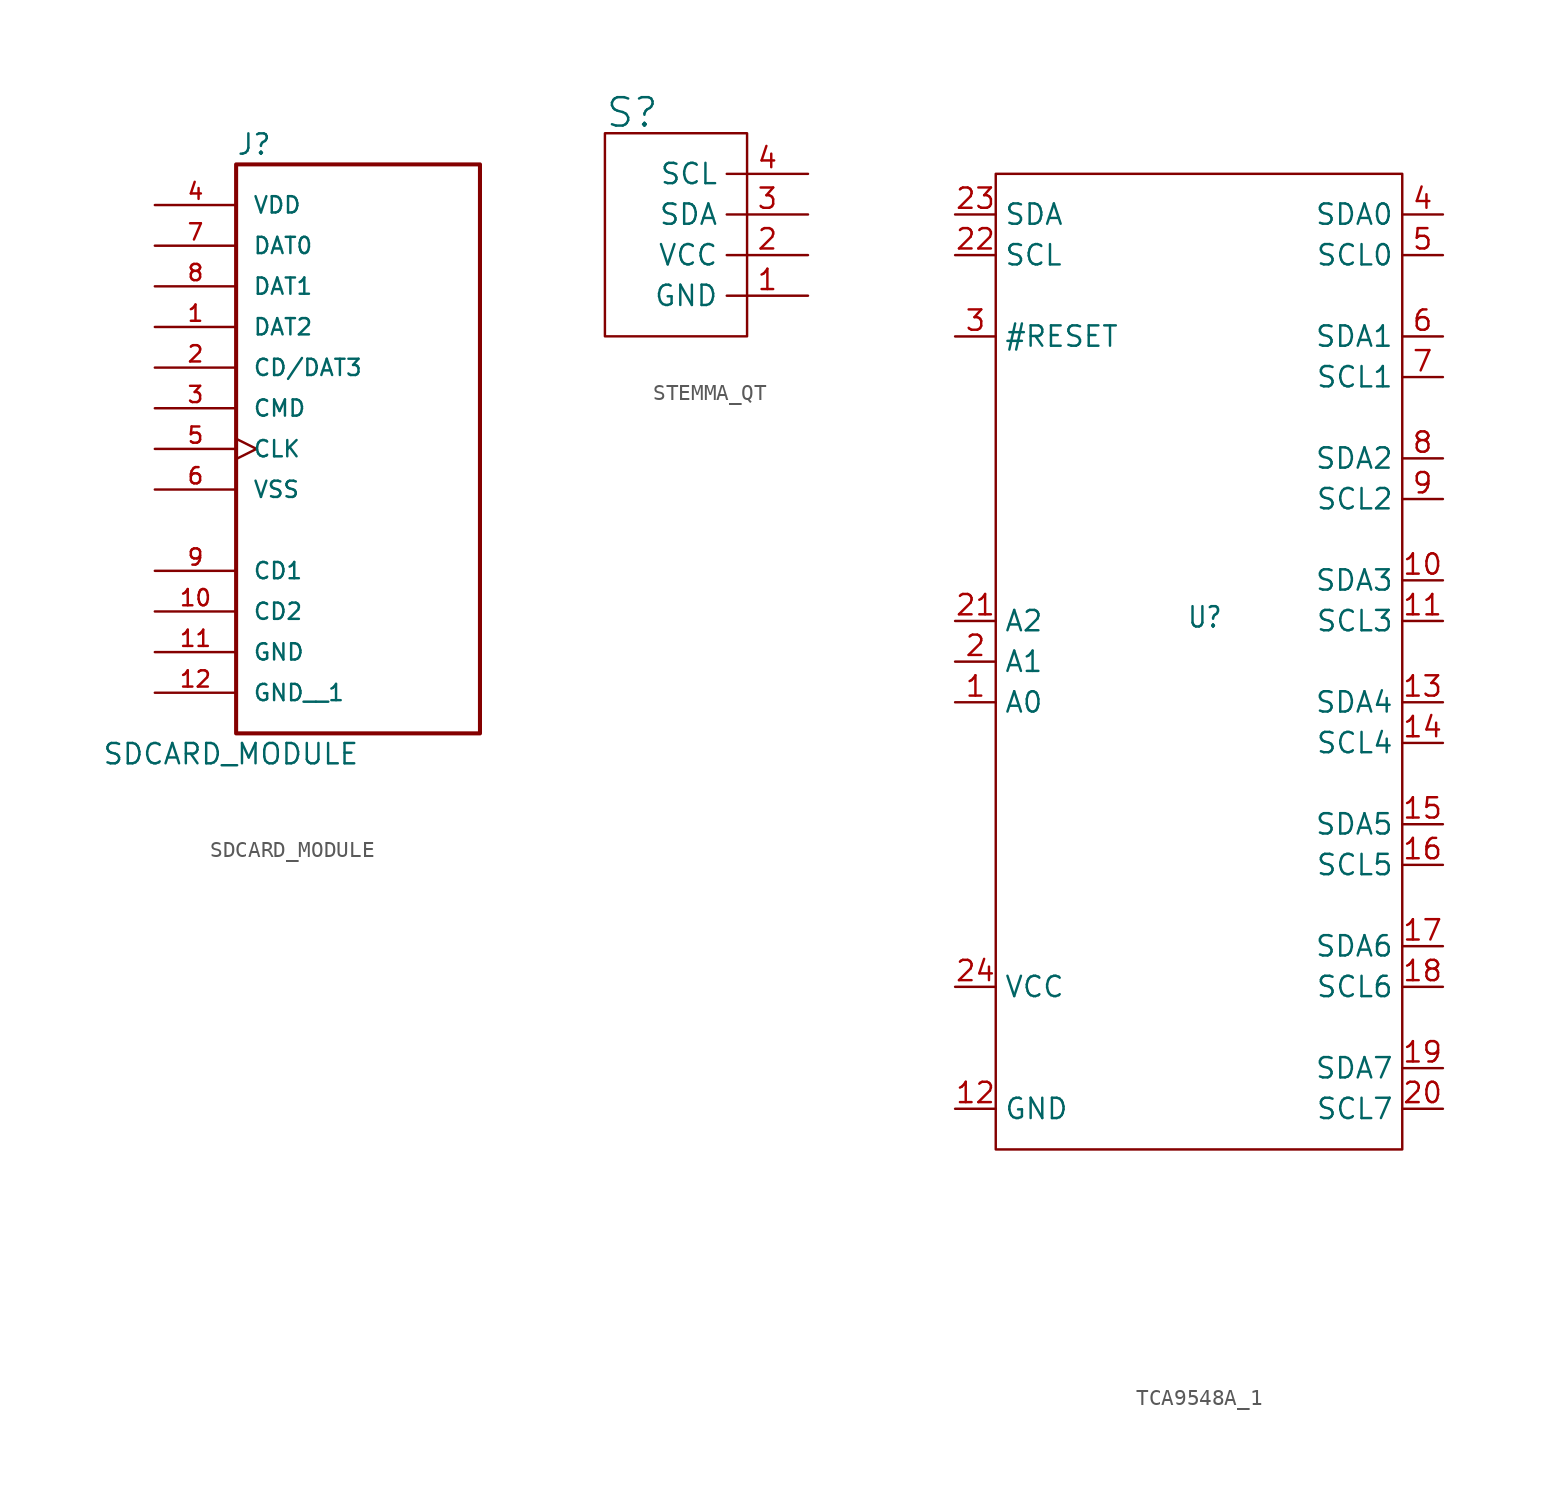
<source format=kicad_sym>
(kicad_symbol_lib
  (version 20231120)
  (generator "kicad_symbol_editor")
  (generator_version "8.0")
  (symbol "SDCARD_MODULE"
    (pin_names
      (offset 1.016))
    (property "Reference" "J"
      (at 0 15.748 0)
      (effects (font (size 1.27 1.27)) (justify left bottom)))
    (property "Value" "SDCARD_MODULE"
      (at -8.382 -22.352 0)
      (effects (font (size 1.27 1.27)) (justify left bottom)))
    (symbol "SDCARD_MODULE_0_0"
      (pin bidirectional line (at -5.08 5.08 0) (length 5.08) (name "DAT2" (effects (font (size 1.016 1.016)))) (number "1" (effects (font (size 1.016 1.016)))))
      (pin passive line (at -5.08 -12.7 0) (length 5.08) (name "CD2" (effects (font (size 1.016 1.016)))) (number "10" (effects (font (size 1.016 1.016)))))
      (pin power_in line (at -5.08 -15.24 0) (length 5.08) (name "GND" (effects (font (size 1.016 1.016)))) (number "11" (effects (font (size 1.016 1.016)))))
      (pin power_in line (at -5.08 -17.78 0) (length 5.08) (name "GND__1" (effects (font (size 1.016 1.016)))) (number "12" (effects (font (size 1.016 1.016)))))
      (pin bidirectional line (at -5.08 2.54 0) (length 5.08) (name "CD/DAT3" (effects (font (size 1.016 1.016)))) (number "2" (effects (font (size 1.016 1.016)))))
      (pin bidirectional line (at -5.08 0 0) (length 5.08) (name "CMD" (effects (font (size 1.016 1.016)))) (number "3" (effects (font (size 1.016 1.016)))))
      (pin power_in line (at -5.08 12.7 0) (length 5.08) (name "VDD" (effects (font (size 1.016 1.016)))) (number "4" (effects (font (size 1.016 1.016)))))
      (pin bidirectional clock (at -5.08 -2.54 0) (length 5.08) (name "CLK" (effects (font (size 1.016 1.016)))) (number "5" (effects (font (size 1.016 1.016)))))
      (pin power_in line (at -5.08 -5.08 0) (length 5.08) (name "VSS" (effects (font (size 1.016 1.016)))) (number "6" (effects (font (size 1.016 1.016)))))
      (pin bidirectional line (at -5.08 10.16 0) (length 5.08) (name "DAT0" (effects (font (size 1.016 1.016)))) (number "7" (effects (font (size 1.016 1.016)))))
      (pin bidirectional line (at -5.08 7.62 0) (length 5.08) (name "DAT1" (effects (font (size 1.016 1.016)))) (number "8" (effects (font (size 1.016 1.016)))))
      (pin passive line (at -5.08 -10.16 0) (length 5.08) (name "CD1" (effects (font (size 1.016 1.016)))) (number "9" (effects (font (size 1.016 1.016))))))
    (symbol "SDCARD_MODULE_1_0"
      (rectangle (start 0 15.24) (end 15.24 -20.32) (stroke (width 0.254) (type default)) (fill (type none)))))
  (symbol "STEMMA_QT"
    (property "Reference" "S"
      (at -5.08 7.874 0)
      (effects (font (size 1.778 1.778)) (justify left bottom)))
    (property "Value" ""
      (at -5.08 -5.334 0)
      (effects (font (size 1.778 1.778)) (justify left top)))
    (symbol "STEMMA_QT_1_0"
      (pin power_in line (at 7.62 -2.54 180) (length 5.08) (name "GND" (effects (font (size 1.27 1.27)))) (number "1" (effects (font (size 1.27 1.27)))))
      (pin power_in line (at 7.62 0 180) (length 5.08) (name "VCC" (effects (font (size 1.27 1.27)))) (number "2" (effects (font (size 1.27 1.27)))))
      (pin passive line (at 7.62 2.54 180) (length 5.08) (name "SDA" (effects (font (size 1.27 1.27)))) (number "3" (effects (font (size 1.27 1.27)))))
      (pin passive line (at 7.62 5.08 180) (length 5.08) (name "SCL" (effects (font (size 1.27 1.27)))) (number "4" (effects (font (size 1.27 1.27))))))
    (symbol "STEMMA_QT_1_1"
      (rectangle (start -5.08 7.62) (end 3.81 -5.08) (stroke (width 0) (type default)) (fill (type none)))))
  (symbol "TCA9548A_1"
    (property "Reference" "U"
      (at -0.762 2.032 0)
      (effects (font (size 1.27 1.079)) (justify left bottom)))
    (property "Value" ""
      (at -12.7 -38.1 0)
      (effects (font (size 1.27 1.079)) (justify left bottom)))
    (symbol "TCA9548A_1_1_0"
      (pin bidirectional line (at -15.24 -2.54 0) (length 2.54) (name "A0" (effects (font (size 1.27 1.27)))) (number "1" (effects (font (size 1.27 1.27)))))
      (pin bidirectional line (at 15.24 5.08 180) (length 2.54) (name "SDA3" (effects (font (size 1.27 1.27)))) (number "10" (effects (font (size 1.27 1.27)))))
      (pin bidirectional line (at 15.24 2.54 180) (length 2.54) (name "SCL3" (effects (font (size 1.27 1.27)))) (number "11" (effects (font (size 1.27 1.27)))))
      (pin bidirectional line (at -15.24 -27.94 0) (length 2.54) (name "GND" (effects (font (size 1.27 1.27)))) (number "12" (effects (font (size 1.27 1.27)))))
      (pin bidirectional line (at 15.24 -2.54 180) (length 2.54) (name "SDA4" (effects (font (size 1.27 1.27)))) (number "13" (effects (font (size 1.27 1.27)))))
      (pin bidirectional line (at 15.24 -5.08 180) (length 2.54) (name "SCL4" (effects (font (size 1.27 1.27)))) (number "14" (effects (font (size 1.27 1.27)))))
      (pin bidirectional line (at 15.24 -10.16 180) (length 2.54) (name "SDA5" (effects (font (size 1.27 1.27)))) (number "15" (effects (font (size 1.27 1.27)))))
      (pin bidirectional line (at 15.24 -12.7 180) (length 2.54) (name "SCL5" (effects (font (size 1.27 1.27)))) (number "16" (effects (font (size 1.27 1.27)))))
      (pin bidirectional line (at 15.24 -17.78 180) (length 2.54) (name "SDA6" (effects (font (size 1.27 1.27)))) (number "17" (effects (font (size 1.27 1.27)))))
      (pin bidirectional line (at 15.24 -20.32 180) (length 2.54) (name "SCL6" (effects (font (size 1.27 1.27)))) (number "18" (effects (font (size 1.27 1.27)))))
      (pin bidirectional line (at 15.24 -25.4 180) (length 2.54) (name "SDA7" (effects (font (size 1.27 1.27)))) (number "19" (effects (font (size 1.27 1.27)))))
      (pin bidirectional line (at -15.24 0 0) (length 2.54) (name "A1" (effects (font (size 1.27 1.27)))) (number "2" (effects (font (size 1.27 1.27)))))
      (pin bidirectional line (at 15.24 -27.94 180) (length 2.54) (name "SCL7" (effects (font (size 1.27 1.27)))) (number "20" (effects (font (size 1.27 1.27)))))
      (pin bidirectional line (at -15.24 2.54 0) (length 2.54) (name "A2" (effects (font (size 1.27 1.27)))) (number "21" (effects (font (size 1.27 1.27)))))
      (pin bidirectional line (at -15.24 25.4 0) (length 2.54) (name "SCL" (effects (font (size 1.27 1.27)))) (number "22" (effects (font (size 1.27 1.27)))))
      (pin bidirectional line (at -15.24 27.94 0) (length 2.54) (name "SDA" (effects (font (size 1.27 1.27)))) (number "23" (effects (font (size 1.27 1.27)))))
      (pin bidirectional line (at -15.24 -20.32 0) (length 2.54) (name "VCC" (effects (font (size 1.27 1.27)))) (number "24" (effects (font (size 1.27 1.27)))))
      (pin bidirectional line (at -15.24 20.32 0) (length 2.54) (name "#RESET" (effects (font (size 1.27 1.27)))) (number "3" (effects (font (size 1.27 1.27)))))
      (pin bidirectional line (at 15.24 27.94 180) (length 2.54) (name "SDA0" (effects (font (size 1.27 1.27)))) (number "4" (effects (font (size 1.27 1.27)))))
      (pin bidirectional line (at 15.24 25.4 180) (length 2.54) (name "SCL0" (effects (font (size 1.27 1.27)))) (number "5" (effects (font (size 1.27 1.27)))))
      (pin bidirectional line (at 15.24 20.32 180) (length 2.54) (name "SDA1" (effects (font (size 1.27 1.27)))) (number "6" (effects (font (size 1.27 1.27)))))
      (pin bidirectional line (at 15.24 17.78 180) (length 2.54) (name "SCL1" (effects (font (size 1.27 1.27)))) (number "7" (effects (font (size 1.27 1.27)))))
      (pin bidirectional line (at 15.24 12.7 180) (length 2.54) (name "SDA2" (effects (font (size 1.27 1.27)))) (number "8" (effects (font (size 1.27 1.27)))))
      (pin bidirectional line (at 15.24 10.16 180) (length 2.54) (name "SCL2" (effects (font (size 1.27 1.27)))) (number "9" (effects (font (size 1.27 1.27))))))
    (symbol "TCA9548A_1_1_1"
      (rectangle (start -12.7 30.48) (end 12.7 -30.48) (stroke (width 0) (type default)) (fill (type none))))))
</source>
